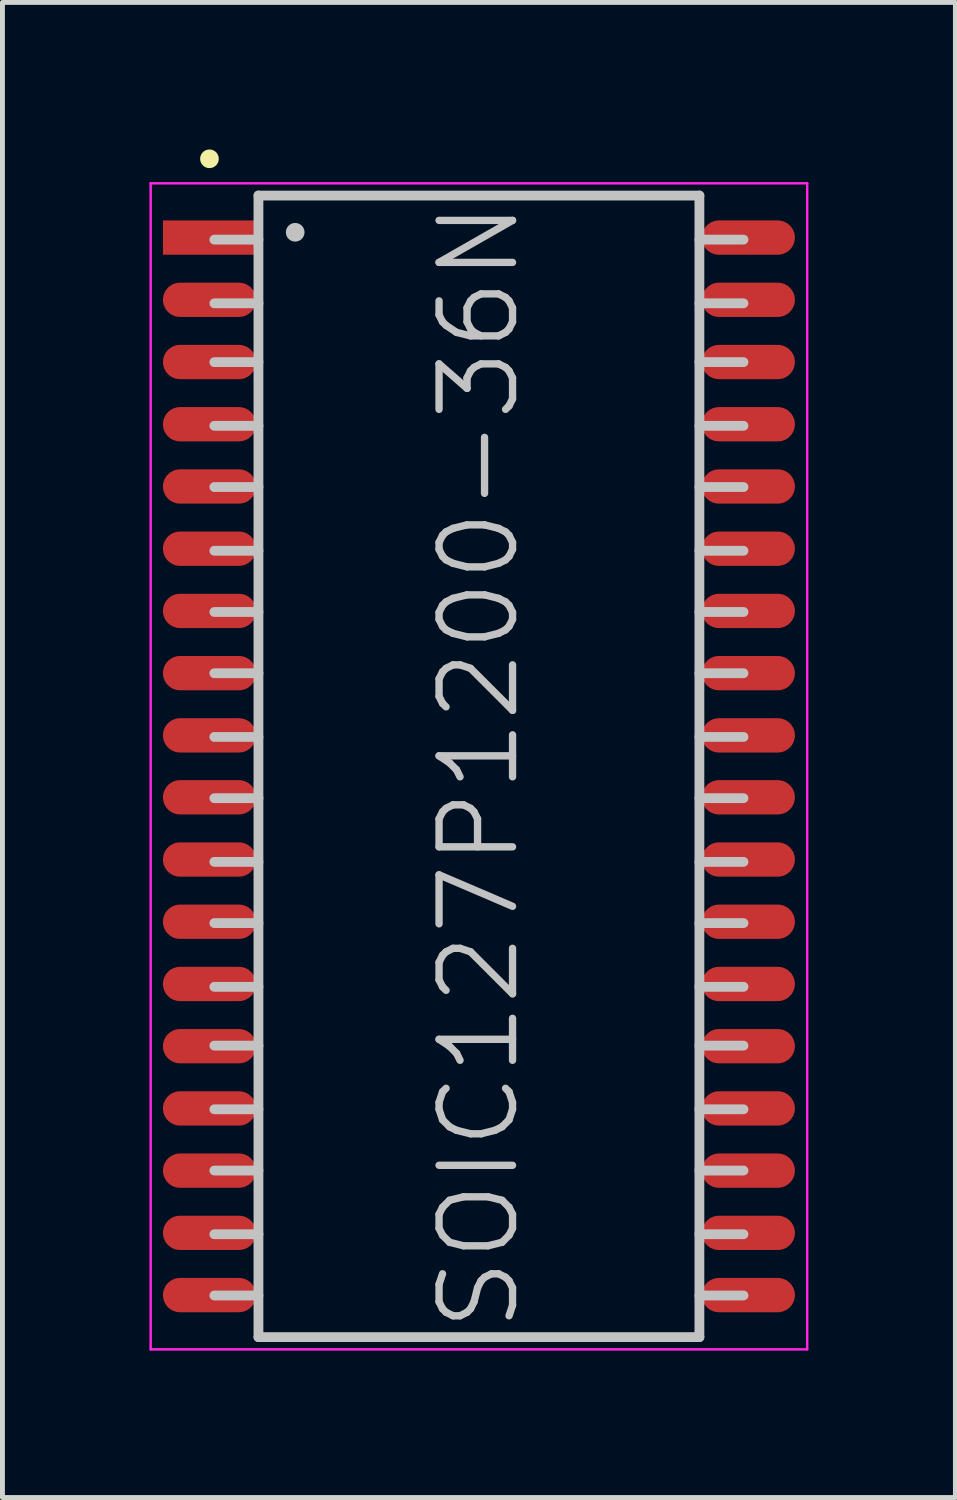
<source format=kicad_pcb>
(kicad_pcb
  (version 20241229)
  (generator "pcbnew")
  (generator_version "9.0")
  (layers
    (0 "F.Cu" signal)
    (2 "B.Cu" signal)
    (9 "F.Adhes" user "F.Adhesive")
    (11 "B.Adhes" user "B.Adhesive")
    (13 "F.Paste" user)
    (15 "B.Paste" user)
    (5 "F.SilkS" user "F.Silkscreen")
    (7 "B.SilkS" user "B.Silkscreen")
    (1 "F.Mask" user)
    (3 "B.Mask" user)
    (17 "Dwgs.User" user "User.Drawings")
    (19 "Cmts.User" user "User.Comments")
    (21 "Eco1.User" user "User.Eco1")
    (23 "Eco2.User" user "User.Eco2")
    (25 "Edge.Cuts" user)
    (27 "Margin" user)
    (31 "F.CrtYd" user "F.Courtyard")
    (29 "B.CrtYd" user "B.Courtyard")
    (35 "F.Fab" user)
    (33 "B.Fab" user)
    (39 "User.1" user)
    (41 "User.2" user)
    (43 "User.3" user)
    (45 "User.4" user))
  (footprint "SOIC127P1200-36N"
    (layer "F.Cu")
    (at 6.725 12.591)
    (property "Reference" "SOIC127P1200-36N" (at 0 0 90) (layer "Dwgs.User") (effects (font (size 1.5 1.5) (thickness 0.15))))
    (attr smd)
    (fp_line (start -5.5 -12.4) (end -5.5 -12.4) (stroke (width 0.381) (type solid)) (layer "F.SilkS"))
    (fp_line (start -4.5 -11.65) (end -4.5 11.65) (stroke (width 0.2) (type solid)) (layer "Dwgs.User"))
    (fp_line (start -4.5 -11.65) (end 4.5 -11.65) (stroke (width 0.2) (type solid)) (layer "Dwgs.User"))
    (fp_line (start -4.5 -10.75) (end -5.4 -10.75) (stroke (width 0.2) (type solid)) (layer "Dwgs.User"))
    (fp_line (start -4.5 -9.45) (end -5.4 -9.45) (stroke (width 0.2) (type solid)) (layer "Dwgs.User"))
    (fp_line (start -4.5 -8.25) (end -5.4 -8.25) (stroke (width 0.2) (type solid)) (layer "Dwgs.User"))
    (fp_line (start -4.5 -6.95) (end -5.4 -6.95) (stroke (width 0.2) (type solid)) (layer "Dwgs.User"))
    (fp_line (start -4.5 -5.7) (end -5.4 -5.7) (stroke (width 0.2) (type solid)) (layer "Dwgs.User"))
    (fp_line (start -4.5 -4.4) (end -5.4 -4.4) (stroke (width 0.2) (type solid)) (layer "Dwgs.User"))
    (fp_line (start -4.5 -3.15) (end -5.4 -3.15) (stroke (width 0.2) (type solid)) (layer "Dwgs.User"))
    (fp_line (start -4.5 -1.9) (end -5.4 -1.9) (stroke (width 0.2) (type solid)) (layer "Dwgs.User"))
    (fp_line (start -4.5 -0.6) (end -5.4 -0.6) (stroke (width 0.2) (type solid)) (layer "Dwgs.User"))
    (fp_line (start -4.5 0.65) (end -5.4 0.65) (stroke (width 0.2) (type solid)) (layer "Dwgs.User"))
    (fp_line (start -4.5 1.95) (end -5.4 1.95) (stroke (width 0.2) (type solid)) (layer "Dwgs.User"))
    (fp_line (start -4.5 3.2) (end -5.4 3.2) (stroke (width 0.2) (type solid)) (layer "Dwgs.User"))
    (fp_line (start -4.5 4.5) (end -5.4 4.5) (stroke (width 0.2) (type solid)) (layer "Dwgs.User"))
    (fp_line (start -4.5 5.7) (end -5.4 5.7) (stroke (width 0.2) (type solid)) (layer "Dwgs.User"))
    (fp_line (start -4.5 7) (end -5.4 7) (stroke (width 0.2) (type solid)) (layer "Dwgs.User"))
    (fp_line (start -4.5 8.25) (end -5.4 8.25) (stroke (width 0.2) (type solid)) (layer "Dwgs.User"))
    (fp_line (start -4.5 9.55) (end -5.4 9.55) (stroke (width 0.2) (type solid)) (layer "Dwgs.User"))
    (fp_line (start -4.5 10.8) (end -5.4 10.8) (stroke (width 0.2) (type solid)) (layer "Dwgs.User"))
    (fp_line (start -4.5 11.65) (end 4.5 11.65) (stroke (width 0.2) (type solid)) (layer "Dwgs.User"))
    (fp_line (start -3.75 -10.9) (end -3.75 -10.9) (stroke (width 0.381) (type solid)) (layer "Dwgs.User"))
    (fp_line (start 4.5 -11.65) (end 4.5 11.65) (stroke (width 0.2) (type solid)) (layer "Dwgs.User"))
    (fp_line (start 5.4 -10.75) (end 4.5 -10.75) (stroke (width 0.2) (type solid)) (layer "Dwgs.User"))
    (fp_line (start 5.4 -9.45) (end 4.5 -9.45) (stroke (width 0.2) (type solid)) (layer "Dwgs.User"))
    (fp_line (start 5.4 -8.25) (end 4.5 -8.25) (stroke (width 0.2) (type solid)) (layer "Dwgs.User"))
    (fp_line (start 5.4 -6.95) (end 4.5 -6.95) (stroke (width 0.2) (type solid)) (layer "Dwgs.User"))
    (fp_line (start 5.4 -5.7) (end 4.5 -5.7) (stroke (width 0.2) (type solid)) (layer "Dwgs.User"))
    (fp_line (start 5.4 -4.4) (end 4.5 -4.4) (stroke (width 0.2) (type solid)) (layer "Dwgs.User"))
    (fp_line (start 5.4 -3.15) (end 4.5 -3.15) (stroke (width 0.2) (type solid)) (layer "Dwgs.User"))
    (fp_line (start 5.4 -1.9) (end 4.5 -1.9) (stroke (width 0.2) (type solid)) (layer "Dwgs.User"))
    (fp_line (start 5.4 -0.6) (end 4.5 -0.6) (stroke (width 0.2) (type solid)) (layer "Dwgs.User"))
    (fp_line (start 5.4 0.65) (end 4.5 0.65) (stroke (width 0.2) (type solid)) (layer "Dwgs.User"))
    (fp_line (start 5.4 1.95) (end 4.5 1.95) (stroke (width 0.2) (type solid)) (layer "Dwgs.User"))
    (fp_line (start 5.4 3.2) (end 4.5 3.2) (stroke (width 0.2) (type solid)) (layer "Dwgs.User"))
    (fp_line (start 5.4 4.5) (end 4.5 4.5) (stroke (width 0.2) (type solid)) (layer "Dwgs.User"))
    (fp_line (start 5.4 5.7) (end 4.5 5.7) (stroke (width 0.2) (type solid)) (layer "Dwgs.User"))
    (fp_line (start 5.4 7) (end 4.5 7) (stroke (width 0.2) (type solid)) (layer "Dwgs.User"))
    (fp_line (start 5.4 8.25) (end 4.5 8.25) (stroke (width 0.2) (type solid)) (layer "Dwgs.User"))
    (fp_line (start 5.4 9.55) (end 4.5 9.55) (stroke (width 0.2) (type solid)) (layer "Dwgs.User"))
    (fp_line (start 5.4 10.8) (end 4.5 10.8) (stroke (width 0.2) (type solid)) (layer "Dwgs.User"))
    (fp_line (start -6.7 -11.9) (end -6.7 11.9) (stroke (width 0.05) (type solid)) (layer "F.CrtYd"))
    (fp_line (start -6.7 -11.9) (end 6.7 -11.9) (stroke (width 0.05) (type solid)) (layer "F.CrtYd"))
    (fp_line (start -6.7 11.9) (end 6.7 11.9) (stroke (width 0.05) (type solid)) (layer "F.CrtYd"))
    (fp_line (start 6.7 -11.9) (end 6.7 11.9) (stroke (width 0.05) (type solid)) (layer "F.CrtYd"))
    (pad "1" smd rect (at -5.499 -10.792 90) (size 0.7 1.9) (layers "F.Cu" "F.Mask" "F.Paste"))
    (pad "2" smd oval (at -5.499 -9.522 90) (size 0.7 1.9) (layers "F.Cu" "F.Mask" "F.Paste"))
    (pad "3" smd oval (at -5.499 -8.252 90) (size 0.7 1.9) (layers "F.Cu" "F.Mask" "F.Paste"))
    (pad "4" smd oval (at -5.499 -6.982 90) (size 0.7 1.9) (layers "F.Cu" "F.Mask" "F.Paste"))
    (pad "5" smd oval (at -5.499 -5.712 90) (size 0.7 1.9) (layers "F.Cu" "F.Mask" "F.Paste"))
    (pad "6" smd oval (at -5.499 -4.442 90) (size 0.7 1.9) (layers "F.Cu" "F.Mask" "F.Paste"))
    (pad "7" smd oval (at -5.499 -3.172 90) (size 0.7 1.9) (layers "F.Cu" "F.Mask" "F.Paste"))
    (pad "8" smd oval (at -5.499 -1.902 90) (size 0.7 1.9) (layers "F.Cu" "F.Mask" "F.Paste"))
    (pad "9" smd oval (at -5.499 -0.632 90) (size 0.7 1.9) (layers "F.Cu" "F.Mask" "F.Paste"))
    (pad "10" smd oval (at -5.499 0.632 90) (size 0.7 1.9) (layers "F.Cu" "F.Mask" "F.Paste"))
    (pad "11" smd oval (at -5.499 1.902 90) (size 0.7 1.9) (layers "F.Cu" "F.Mask" "F.Paste"))
    (pad "12" smd oval (at -5.499 3.172 90) (size 0.7 1.9) (layers "F.Cu" "F.Mask" "F.Paste"))
    (pad "13" smd oval (at -5.499 4.442 90) (size 0.7 1.9) (layers "F.Cu" "F.Mask" "F.Paste"))
    (pad "14" smd oval (at -5.499 5.712 90) (size 0.7 1.9) (layers "F.Cu" "F.Mask" "F.Paste"))
    (pad "15" smd oval (at -5.499 6.982 90) (size 0.7 1.9) (layers "F.Cu" "F.Mask" "F.Paste"))
    (pad "16" smd oval (at -5.499 8.252 90) (size 0.7 1.9) (layers "F.Cu" "F.Mask" "F.Paste"))
    (pad "17" smd oval (at -5.499 9.522 90) (size 0.7 1.9) (layers "F.Cu" "F.Mask" "F.Paste"))
    (pad "18" smd oval (at -5.499 10.792 90) (size 0.7 1.9) (layers "F.Cu" "F.Mask" "F.Paste"))
    (pad "19" smd oval (at 5.499 10.792 270) (size 0.7 1.9) (layers "F.Cu" "F.Mask" "F.Paste"))
    (pad "20" smd oval (at 5.499 9.522 270) (size 0.7 1.9) (layers "F.Cu" "F.Mask" "F.Paste"))
    (pad "21" smd oval (at 5.499 8.252 270) (size 0.7 1.9) (layers "F.Cu" "F.Mask" "F.Paste"))
    (pad "22" smd oval (at 5.499 6.982 270) (size 0.7 1.9) (layers "F.Cu" "F.Mask" "F.Paste"))
    (pad "23" smd oval (at 5.499 5.712 270) (size 0.7 1.9) (layers "F.Cu" "F.Mask" "F.Paste"))
    (pad "24" smd oval (at 5.499 4.442 270) (size 0.7 1.9) (layers "F.Cu" "F.Mask" "F.Paste"))
    (pad "25" smd oval (at 5.499 3.172 270) (size 0.7 1.9) (layers "F.Cu" "F.Mask" "F.Paste"))
    (pad "26" smd oval (at 5.499 1.902 270) (size 0.7 1.9) (layers "F.Cu" "F.Mask" "F.Paste"))
    (pad "27" smd oval (at 5.499 0.632 270) (size 0.7 1.9) (layers "F.Cu" "F.Mask" "F.Paste"))
    (pad "28" smd oval (at 5.499 -0.632 270) (size 0.7 1.9) (layers "F.Cu" "F.Mask" "F.Paste"))
    (pad "29" smd oval (at 5.499 -1.902 270) (size 0.7 1.9) (layers "F.Cu" "F.Mask" "F.Paste"))
    (pad "30" smd oval (at 5.499 -3.172 270) (size 0.7 1.9) (layers "F.Cu" "F.Mask" "F.Paste"))
    (pad "31" smd oval (at 5.499 -4.442 270) (size 0.7 1.9) (layers "F.Cu" "F.Mask" "F.Paste"))
    (pad "32" smd oval (at 5.499 -5.712 270) (size 0.7 1.9) (layers "F.Cu" "F.Mask" "F.Paste"))
    (pad "33" smd oval (at 5.499 -6.982 270) (size 0.7 1.9) (layers "F.Cu" "F.Mask" "F.Paste"))
    (pad "34" smd oval (at 5.499 -8.252 270) (size 0.7 1.9) (layers "F.Cu" "F.Mask" "F.Paste"))
    (pad "35" smd oval (at 5.499 -9.522 270) (size 0.7 1.9) (layers "F.Cu" "F.Mask" "F.Paste"))
    (pad "36" smd oval (at 5.499 -10.792 270) (size 0.7 1.9) (layers "F.Cu" "F.Mask" "F.Paste")))
  (gr_rect
    (start -3 -3)
    (end 16.45 27.515)
    (stroke (width 0.1) (type default))
    (fill no)
    (layer "Edge.Cuts")))
</source>
